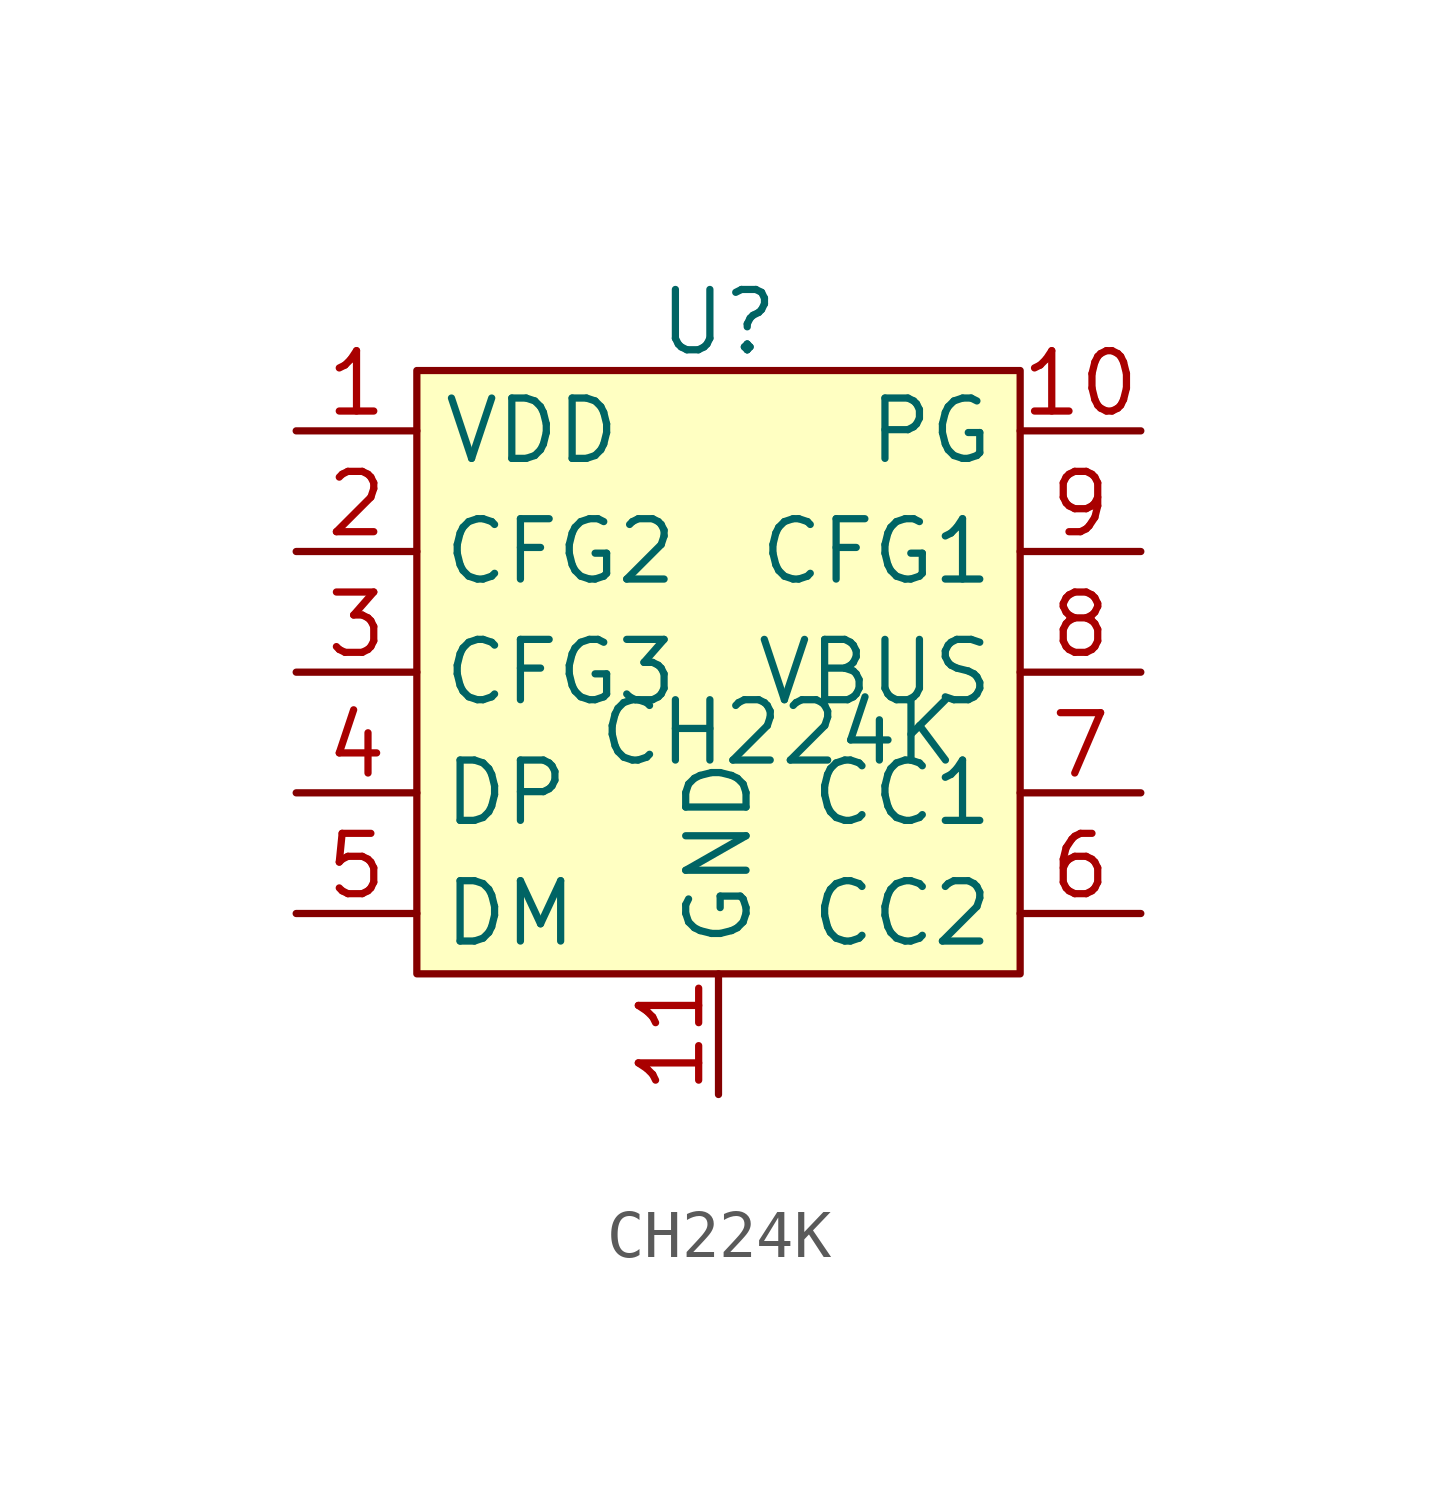
<source format=kicad_sym>
(kicad_symbol_lib
  (version 20231120)
  (generator "kicad_symbol_editor")
  (generator_version "8.0")
  (symbol "CH224K"
    (property "Reference" "U"
      (at 0 7.366 0)
      (effects (font (size 1.27 1.27))))
    (property "Value" "CH224K"
      (at 1.27 -1.27 0)
      (effects (font (size 1.27 1.27))))
    (symbol "CH224K_1_1"
      (rectangle (start -6.35 6.35) (end 6.35 -6.35) (stroke (width 0) (type default)) (fill (type background)))
      (pin power_in line (at -8.89 5.08 0) (length 2.54) (name "VDD" (effects (font (size 1.27 1.27)))) (number "1" (effects (font (size 1.27 1.27)))))
      (pin output line (at 8.89 5.08 180) (length 2.54) (name "PG" (effects (font (size 1.27 1.27)))) (number "10" (effects (font (size 1.27 1.27)))))
      (pin power_in line (at 0 -8.89 90) (length 2.54) (name "GND" (effects (font (size 1.27 1.27)))) (number "11" (effects (font (size 1.27 1.27)))))
      (pin input line (at -8.89 2.54 0) (length 2.54) (name "CFG2" (effects (font (size 1.27 1.27)))) (number "2" (effects (font (size 1.27 1.27)))))
      (pin input line (at -8.89 0 0) (length 2.54) (name "CFG3" (effects (font (size 1.27 1.27)))) (number "3" (effects (font (size 1.27 1.27)))))
      (pin bidirectional line (at -8.89 -2.54 0) (length 2.54) (name "DP" (effects (font (size 1.27 1.27)))) (number "4" (effects (font (size 1.27 1.27)))))
      (pin bidirectional line (at -8.89 -5.08 0) (length 2.54) (name "DM" (effects (font (size 1.27 1.27)))) (number "5" (effects (font (size 1.27 1.27)))))
      (pin bidirectional line (at 8.89 -5.08 180) (length 2.54) (name "CC2" (effects (font (size 1.27 1.27)))) (number "6" (effects (font (size 1.27 1.27)))))
      (pin bidirectional line (at 8.89 -2.54 180) (length 2.54) (name "CC1" (effects (font (size 1.27 1.27)))) (number "7" (effects (font (size 1.27 1.27)))))
      (pin input line (at 8.89 0 180) (length 2.54) (name "VBUS" (effects (font (size 1.27 1.27)))) (number "8" (effects (font (size 1.27 1.27)))))
      (pin input line (at 8.89 2.54 180) (length 2.54) (name "CFG1" (effects (font (size 1.27 1.27)))) (number "9" (effects (font (size 1.27 1.27))))))))
</source>
